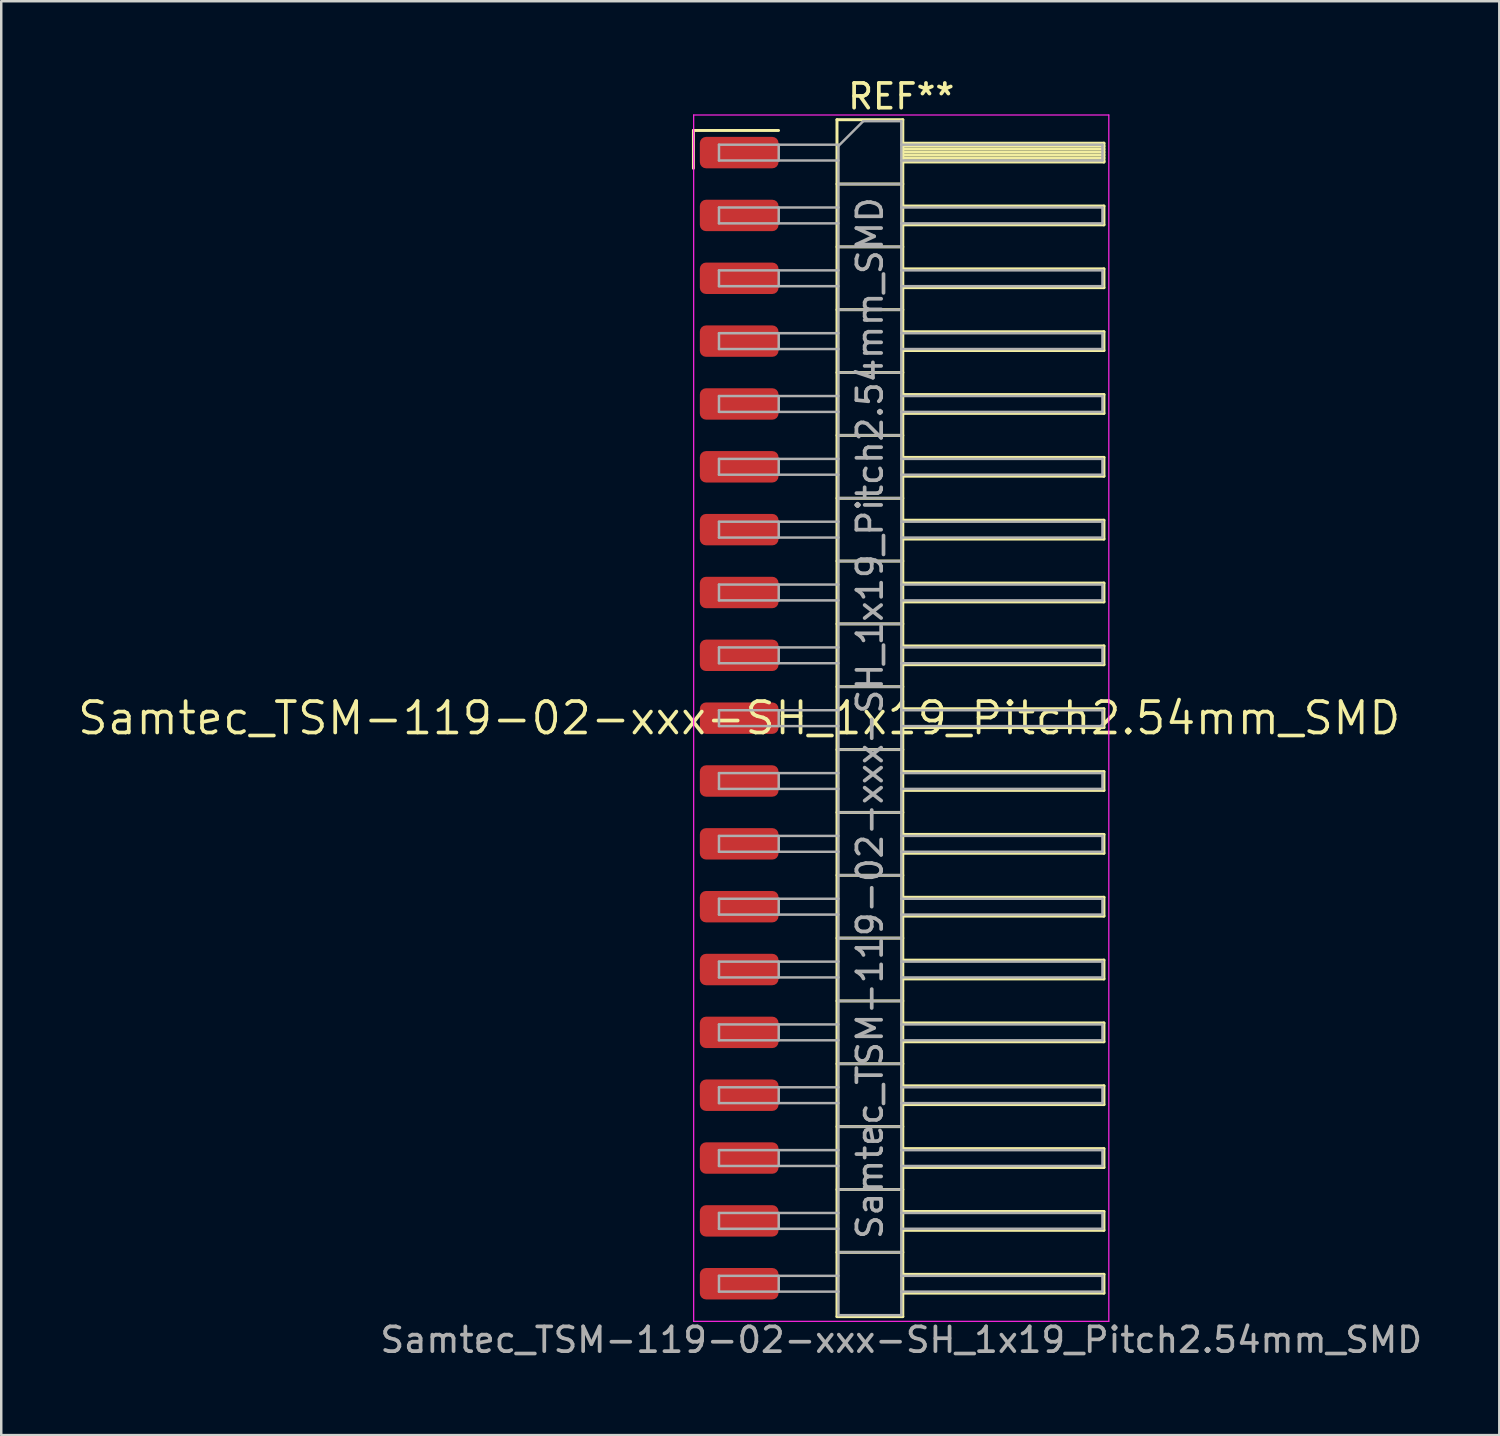
<source format=kicad_pcb>
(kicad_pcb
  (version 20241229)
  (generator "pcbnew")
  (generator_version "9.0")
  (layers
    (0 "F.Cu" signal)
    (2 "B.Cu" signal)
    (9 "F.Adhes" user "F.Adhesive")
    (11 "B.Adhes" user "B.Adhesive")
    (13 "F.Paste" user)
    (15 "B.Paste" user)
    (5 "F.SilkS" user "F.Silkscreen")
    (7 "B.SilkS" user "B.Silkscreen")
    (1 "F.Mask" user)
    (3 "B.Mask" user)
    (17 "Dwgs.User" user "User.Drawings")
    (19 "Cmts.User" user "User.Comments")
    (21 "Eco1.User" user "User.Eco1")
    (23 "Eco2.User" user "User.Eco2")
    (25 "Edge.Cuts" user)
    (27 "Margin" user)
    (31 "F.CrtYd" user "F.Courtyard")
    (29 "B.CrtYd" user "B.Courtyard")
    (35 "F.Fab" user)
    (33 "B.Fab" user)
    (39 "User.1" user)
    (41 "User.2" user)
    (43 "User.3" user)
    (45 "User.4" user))
  (footprint "Samtec_TSM-119-02-xxx-SH_1x19_Pitch2.54mm_SMD"
    (layer "F.Cu")
    (at 26.828 25.978)
    (property "Reference" "Samtec_TSM-119-02-xxx-SH_1x19_Pitch2.54mm_SMD" (at 0 0 0) (layer "F.SilkS") (effects (font (size 1.27 1.27) (thickness 0.15))))
    (attr smd)
    (fp_line (start -1.85 -23.755) (end 1.59 -23.755) (stroke (width 0.12) (type solid)) (layer "F.SilkS"))
    (fp_line (start -1.85 -22.225) (end -1.85 -23.755) (stroke (width 0.12) (type solid)) (layer "F.SilkS"))
    (fp_line (start 3.953 -24.19) (end 6.613 -24.19) (stroke (width 0.12) (type solid)) (layer "F.SilkS"))
    (fp_line (start 3.953 -21.59) (end 6.613 -21.59) (stroke (width 0.12) (type solid)) (layer "F.SilkS"))
    (fp_line (start 3.953 -19.05) (end 6.613 -19.05) (stroke (width 0.12) (type solid)) (layer "F.SilkS"))
    (fp_line (start 3.953 -16.51) (end 6.613 -16.51) (stroke (width 0.12) (type solid)) (layer "F.SilkS"))
    (fp_line (start 3.953 -13.97) (end 6.613 -13.97) (stroke (width 0.12) (type solid)) (layer "F.SilkS"))
    (fp_line (start 3.953 -11.43) (end 6.613 -11.43) (stroke (width 0.12) (type solid)) (layer "F.SilkS"))
    (fp_line (start 3.953 -8.89) (end 6.613 -8.89) (stroke (width 0.12) (type solid)) (layer "F.SilkS"))
    (fp_line (start 3.953 -6.35) (end 6.613 -6.35) (stroke (width 0.12) (type solid)) (layer "F.SilkS"))
    (fp_line (start 3.953 -3.81) (end 6.613 -3.81) (stroke (width 0.12) (type solid)) (layer "F.SilkS"))
    (fp_line (start 3.953 -1.27) (end 6.613 -1.27) (stroke (width 0.12) (type solid)) (layer "F.SilkS"))
    (fp_line (start 3.953 1.27) (end 6.613 1.27) (stroke (width 0.12) (type solid)) (layer "F.SilkS"))
    (fp_line (start 3.953 3.81) (end 6.613 3.81) (stroke (width 0.12) (type solid)) (layer "F.SilkS"))
    (fp_line (start 3.953 6.35) (end 6.613 6.35) (stroke (width 0.12) (type solid)) (layer "F.SilkS"))
    (fp_line (start 3.953 8.89) (end 6.613 8.89) (stroke (width 0.12) (type solid)) (layer "F.SilkS"))
    (fp_line (start 3.953 11.43) (end 6.613 11.43) (stroke (width 0.12) (type solid)) (layer "F.SilkS"))
    (fp_line (start 3.953 13.97) (end 6.613 13.97) (stroke (width 0.12) (type solid)) (layer "F.SilkS"))
    (fp_line (start 3.953 16.51) (end 6.613 16.51) (stroke (width 0.12) (type solid)) (layer "F.SilkS"))
    (fp_line (start 3.953 19.05) (end 6.613 19.05) (stroke (width 0.12) (type solid)) (layer "F.SilkS"))
    (fp_line (start 3.953 21.59) (end 6.613 21.59) (stroke (width 0.12) (type solid)) (layer "F.SilkS"))
    (fp_line (start 3.953 24.19) (end 3.953 -24.19) (stroke (width 0.12) (type solid)) (layer "F.SilkS"))
    (fp_line (start 6.613 -24.19) (end 6.613 24.19) (stroke (width 0.12) (type solid)) (layer "F.SilkS"))
    (fp_line (start 6.613 -23.24) (end 14.743 -23.24) (stroke (width 0.12) (type solid)) (layer "F.SilkS"))
    (fp_line (start 6.613 -23.12) (end 14.743 -23.12) (stroke (width 0.12) (type solid)) (layer "F.SilkS"))
    (fp_line (start 6.613 -23) (end 14.743 -23) (stroke (width 0.12) (type solid)) (layer "F.SilkS"))
    (fp_line (start 6.613 -22.88) (end 14.743 -22.88) (stroke (width 0.12) (type solid)) (layer "F.SilkS"))
    (fp_line (start 6.613 -22.76) (end 14.743 -22.76) (stroke (width 0.12) (type solid)) (layer "F.SilkS"))
    (fp_line (start 6.613 -22.64) (end 14.743 -22.64) (stroke (width 0.12) (type solid)) (layer "F.SilkS"))
    (fp_line (start 6.613 -22.52) (end 14.743 -22.52) (stroke (width 0.12) (type solid)) (layer "F.SilkS"))
    (fp_line (start 6.613 -22.48) (end 14.743 -22.48) (stroke (width 0.12) (type solid)) (layer "F.SilkS"))
    (fp_line (start 6.613 -20.7) (end 14.743 -20.7) (stroke (width 0.12) (type solid)) (layer "F.SilkS"))
    (fp_line (start 6.613 -19.94) (end 14.743 -19.94) (stroke (width 0.12) (type solid)) (layer "F.SilkS"))
    (fp_line (start 6.613 -18.16) (end 14.743 -18.16) (stroke (width 0.12) (type solid)) (layer "F.SilkS"))
    (fp_line (start 6.613 -17.4) (end 14.743 -17.4) (stroke (width 0.12) (type solid)) (layer "F.SilkS"))
    (fp_line (start 6.613 -15.62) (end 14.743 -15.62) (stroke (width 0.12) (type solid)) (layer "F.SilkS"))
    (fp_line (start 6.613 -14.86) (end 14.743 -14.86) (stroke (width 0.12) (type solid)) (layer "F.SilkS"))
    (fp_line (start 6.613 -13.08) (end 14.743 -13.08) (stroke (width 0.12) (type solid)) (layer "F.SilkS"))
    (fp_line (start 6.613 -12.32) (end 14.743 -12.32) (stroke (width 0.12) (type solid)) (layer "F.SilkS"))
    (fp_line (start 6.613 -10.54) (end 14.743 -10.54) (stroke (width 0.12) (type solid)) (layer "F.SilkS"))
    (fp_line (start 6.613 -9.78) (end 14.743 -9.78) (stroke (width 0.12) (type solid)) (layer "F.SilkS"))
    (fp_line (start 6.613 -8) (end 14.743 -8) (stroke (width 0.12) (type solid)) (layer "F.SilkS"))
    (fp_line (start 6.613 -7.24) (end 14.743 -7.24) (stroke (width 0.12) (type solid)) (layer "F.SilkS"))
    (fp_line (start 6.613 -5.46) (end 14.743 -5.46) (stroke (width 0.12) (type solid)) (layer "F.SilkS"))
    (fp_line (start 6.613 -4.7) (end 14.743 -4.7) (stroke (width 0.12) (type solid)) (layer "F.SilkS"))
    (fp_line (start 6.613 -2.92) (end 14.743 -2.92) (stroke (width 0.12) (type solid)) (layer "F.SilkS"))
    (fp_line (start 6.613 -2.16) (end 14.743 -2.16) (stroke (width 0.12) (type solid)) (layer "F.SilkS"))
    (fp_line (start 6.613 -0.38) (end 14.743 -0.38) (stroke (width 0.12) (type solid)) (layer "F.SilkS"))
    (fp_line (start 6.613 0.38) (end 14.743 0.38) (stroke (width 0.12) (type solid)) (layer "F.SilkS"))
    (fp_line (start 6.613 2.16) (end 14.743 2.16) (stroke (width 0.12) (type solid)) (layer "F.SilkS"))
    (fp_line (start 6.613 2.92) (end 14.743 2.92) (stroke (width 0.12) (type solid)) (layer "F.SilkS"))
    (fp_line (start 6.613 4.7) (end 14.743 4.7) (stroke (width 0.12) (type solid)) (layer "F.SilkS"))
    (fp_line (start 6.613 5.46) (end 14.743 5.46) (stroke (width 0.12) (type solid)) (layer "F.SilkS"))
    (fp_line (start 6.613 7.24) (end 14.743 7.24) (stroke (width 0.12) (type solid)) (layer "F.SilkS"))
    (fp_line (start 6.613 8) (end 14.743 8) (stroke (width 0.12) (type solid)) (layer "F.SilkS"))
    (fp_line (start 6.613 9.78) (end 14.743 9.78) (stroke (width 0.12) (type solid)) (layer "F.SilkS"))
    (fp_line (start 6.613 10.54) (end 14.743 10.54) (stroke (width 0.12) (type solid)) (layer "F.SilkS"))
    (fp_line (start 6.613 12.32) (end 14.743 12.32) (stroke (width 0.12) (type solid)) (layer "F.SilkS"))
    (fp_line (start 6.613 13.08) (end 14.743 13.08) (stroke (width 0.12) (type solid)) (layer "F.SilkS"))
    (fp_line (start 6.613 14.86) (end 14.743 14.86) (stroke (width 0.12) (type solid)) (layer "F.SilkS"))
    (fp_line (start 6.613 15.62) (end 14.743 15.62) (stroke (width 0.12) (type solid)) (layer "F.SilkS"))
    (fp_line (start 6.613 17.4) (end 14.743 17.4) (stroke (width 0.12) (type solid)) (layer "F.SilkS"))
    (fp_line (start 6.613 18.16) (end 14.743 18.16) (stroke (width 0.12) (type solid)) (layer "F.SilkS"))
    (fp_line (start 6.613 19.94) (end 14.743 19.94) (stroke (width 0.12) (type solid)) (layer "F.SilkS"))
    (fp_line (start 6.613 20.7) (end 14.743 20.7) (stroke (width 0.12) (type solid)) (layer "F.SilkS"))
    (fp_line (start 6.613 22.48) (end 14.743 22.48) (stroke (width 0.12) (type solid)) (layer "F.SilkS"))
    (fp_line (start 6.613 23.24) (end 14.743 23.24) (stroke (width 0.12) (type solid)) (layer "F.SilkS"))
    (fp_line (start 6.613 24.19) (end 3.953 24.19) (stroke (width 0.12) (type solid)) (layer "F.SilkS"))
    (fp_line (start 14.743 -23.24) (end 14.743 -22.48) (stroke (width 0.12) (type solid)) (layer "F.SilkS"))
    (fp_line (start 14.743 -20.7) (end 14.743 -19.94) (stroke (width 0.12) (type solid)) (layer "F.SilkS"))
    (fp_line (start 14.743 -18.16) (end 14.743 -17.4) (stroke (width 0.12) (type solid)) (layer "F.SilkS"))
    (fp_line (start 14.743 -15.62) (end 14.743 -14.86) (stroke (width 0.12) (type solid)) (layer "F.SilkS"))
    (fp_line (start 14.743 -13.08) (end 14.743 -12.32) (stroke (width 0.12) (type solid)) (layer "F.SilkS"))
    (fp_line (start 14.743 -10.54) (end 14.743 -9.78) (stroke (width 0.12) (type solid)) (layer "F.SilkS"))
    (fp_line (start 14.743 -8) (end 14.743 -7.24) (stroke (width 0.12) (type solid)) (layer "F.SilkS"))
    (fp_line (start 14.743 -5.46) (end 14.743 -4.7) (stroke (width 0.12) (type solid)) (layer "F.SilkS"))
    (fp_line (start 14.743 -2.92) (end 14.743 -2.16) (stroke (width 0.12) (type solid)) (layer "F.SilkS"))
    (fp_line (start 14.743 -0.38) (end 14.743 0.38) (stroke (width 0.12) (type solid)) (layer "F.SilkS"))
    (fp_line (start 14.743 2.16) (end 14.743 2.92) (stroke (width 0.12) (type solid)) (layer "F.SilkS"))
    (fp_line (start 14.743 4.7) (end 14.743 5.46) (stroke (width 0.12) (type solid)) (layer "F.SilkS"))
    (fp_line (start 14.743 7.24) (end 14.743 8) (stroke (width 0.12) (type solid)) (layer "F.SilkS"))
    (fp_line (start 14.743 9.78) (end 14.743 10.54) (stroke (width 0.12) (type solid)) (layer "F.SilkS"))
    (fp_line (start 14.743 12.32) (end 14.743 13.08) (stroke (width 0.12) (type solid)) (layer "F.SilkS"))
    (fp_line (start 14.743 14.86) (end 14.743 15.62) (stroke (width 0.12) (type solid)) (layer "F.SilkS"))
    (fp_line (start 14.743 17.4) (end 14.743 18.16) (stroke (width 0.12) (type solid)) (layer "F.SilkS"))
    (fp_line (start 14.743 19.94) (end 14.743 20.7) (stroke (width 0.12) (type solid)) (layer "F.SilkS"))
    (fp_line (start 14.743 22.48) (end 14.743 23.24) (stroke (width 0.12) (type solid)) (layer "F.SilkS"))
    (fp_line (start -1.84 -24.38) (end 14.94 -24.38) (stroke (width 0.05) (type solid)) (layer "F.CrtYd"))
    (fp_line (start -1.84 24.38) (end -1.84 -24.38) (stroke (width 0.05) (type solid)) (layer "F.CrtYd"))
    (fp_line (start 14.94 -24.38) (end 14.94 24.38) (stroke (width 0.05) (type solid)) (layer "F.CrtYd"))
    (fp_line (start 14.94 24.38) (end -1.84 24.38) (stroke (width 0.05) (type solid)) (layer "F.CrtYd"))
    (fp_line (start -0.817 -23.18) (end -0.817 -22.54) (stroke (width 0.1) (type solid)) (layer "F.Fab"))
    (fp_line (start -0.817 -23.18) (end 4.013 -23.18) (stroke (width 0.1) (type solid)) (layer "F.Fab"))
    (fp_line (start -0.817 -22.54) (end 4.013 -22.54) (stroke (width 0.1) (type solid)) (layer "F.Fab"))
    (fp_line (start -0.817 -20.64) (end -0.817 -20) (stroke (width 0.1) (type solid)) (layer "F.Fab"))
    (fp_line (start -0.817 -20.64) (end 4.013 -20.64) (stroke (width 0.1) (type solid)) (layer "F.Fab"))
    (fp_line (start -0.817 -20) (end 4.013 -20) (stroke (width 0.1) (type solid)) (layer "F.Fab"))
    (fp_line (start -0.817 -18.1) (end -0.817 -17.46) (stroke (width 0.1) (type solid)) (layer "F.Fab"))
    (fp_line (start -0.817 -18.1) (end 4.013 -18.1) (stroke (width 0.1) (type solid)) (layer "F.Fab"))
    (fp_line (start -0.817 -17.46) (end 4.013 -17.46) (stroke (width 0.1) (type solid)) (layer "F.Fab"))
    (fp_line (start -0.817 -15.56) (end -0.817 -14.92) (stroke (width 0.1) (type solid)) (layer "F.Fab"))
    (fp_line (start -0.817 -15.56) (end 4.013 -15.56) (stroke (width 0.1) (type solid)) (layer "F.Fab"))
    (fp_line (start -0.817 -14.92) (end 4.013 -14.92) (stroke (width 0.1) (type solid)) (layer "F.Fab"))
    (fp_line (start -0.817 -13.02) (end -0.817 -12.38) (stroke (width 0.1) (type solid)) (layer "F.Fab"))
    (fp_line (start -0.817 -13.02) (end 4.013 -13.02) (stroke (width 0.1) (type solid)) (layer "F.Fab"))
    (fp_line (start -0.817 -12.38) (end 4.013 -12.38) (stroke (width 0.1) (type solid)) (layer "F.Fab"))
    (fp_line (start -0.817 -10.48) (end -0.817 -9.84) (stroke (width 0.1) (type solid)) (layer "F.Fab"))
    (fp_line (start -0.817 -10.48) (end 4.013 -10.48) (stroke (width 0.1) (type solid)) (layer "F.Fab"))
    (fp_line (start -0.817 -9.84) (end 4.013 -9.84) (stroke (width 0.1) (type solid)) (layer "F.Fab"))
    (fp_line (start -0.817 -7.94) (end -0.817 -7.3) (stroke (width 0.1) (type solid)) (layer "F.Fab"))
    (fp_line (start -0.817 -7.94) (end 4.013 -7.94) (stroke (width 0.1) (type solid)) (layer "F.Fab"))
    (fp_line (start -0.817 -7.3) (end 4.013 -7.3) (stroke (width 0.1) (type solid)) (layer "F.Fab"))
    (fp_line (start -0.817 -5.4) (end -0.817 -4.76) (stroke (width 0.1) (type solid)) (layer "F.Fab"))
    (fp_line (start -0.817 -5.4) (end 4.013 -5.4) (stroke (width 0.1) (type solid)) (layer "F.Fab"))
    (fp_line (start -0.817 -4.76) (end 4.013 -4.76) (stroke (width 0.1) (type solid)) (layer "F.Fab"))
    (fp_line (start -0.817 -2.86) (end -0.817 -2.22) (stroke (width 0.1) (type solid)) (layer "F.Fab"))
    (fp_line (start -0.817 -2.86) (end 4.013 -2.86) (stroke (width 0.1) (type solid)) (layer "F.Fab"))
    (fp_line (start -0.817 -2.22) (end 4.013 -2.22) (stroke (width 0.1) (type solid)) (layer "F.Fab"))
    (fp_line (start -0.817 -0.32) (end -0.817 0.32) (stroke (width 0.1) (type solid)) (layer "F.Fab"))
    (fp_line (start -0.817 -0.32) (end 4.013 -0.32) (stroke (width 0.1) (type solid)) (layer "F.Fab"))
    (fp_line (start -0.817 0.32) (end 4.013 0.32) (stroke (width 0.1) (type solid)) (layer "F.Fab"))
    (fp_line (start -0.817 2.22) (end -0.817 2.86) (stroke (width 0.1) (type solid)) (layer "F.Fab"))
    (fp_line (start -0.817 2.22) (end 4.013 2.22) (stroke (width 0.1) (type solid)) (layer "F.Fab"))
    (fp_line (start -0.817 2.86) (end 4.013 2.86) (stroke (width 0.1) (type solid)) (layer "F.Fab"))
    (fp_line (start -0.817 4.76) (end -0.817 5.4) (stroke (width 0.1) (type solid)) (layer "F.Fab"))
    (fp_line (start -0.817 4.76) (end 4.013 4.76) (stroke (width 0.1) (type solid)) (layer "F.Fab"))
    (fp_line (start -0.817 5.4) (end 4.013 5.4) (stroke (width 0.1) (type solid)) (layer "F.Fab"))
    (fp_line (start -0.817 7.3) (end -0.817 7.94) (stroke (width 0.1) (type solid)) (layer "F.Fab"))
    (fp_line (start -0.817 7.3) (end 4.013 7.3) (stroke (width 0.1) (type solid)) (layer "F.Fab"))
    (fp_line (start -0.817 7.94) (end 4.013 7.94) (stroke (width 0.1) (type solid)) (layer "F.Fab"))
    (fp_line (start -0.817 9.84) (end -0.817 10.48) (stroke (width 0.1) (type solid)) (layer "F.Fab"))
    (fp_line (start -0.817 9.84) (end 4.013 9.84) (stroke (width 0.1) (type solid)) (layer "F.Fab"))
    (fp_line (start -0.817 10.48) (end 4.013 10.48) (stroke (width 0.1) (type solid)) (layer "F.Fab"))
    (fp_line (start -0.817 12.38) (end -0.817 13.02) (stroke (width 0.1) (type solid)) (layer "F.Fab"))
    (fp_line (start -0.817 12.38) (end 4.013 12.38) (stroke (width 0.1) (type solid)) (layer "F.Fab"))
    (fp_line (start -0.817 13.02) (end 4.013 13.02) (stroke (width 0.1) (type solid)) (layer "F.Fab"))
    (fp_line (start -0.817 14.92) (end -0.817 15.56) (stroke (width 0.1) (type solid)) (layer "F.Fab"))
    (fp_line (start -0.817 14.92) (end 4.013 14.92) (stroke (width 0.1) (type solid)) (layer "F.Fab"))
    (fp_line (start -0.817 15.56) (end 4.013 15.56) (stroke (width 0.1) (type solid)) (layer "F.Fab"))
    (fp_line (start -0.817 17.46) (end -0.817 18.1) (stroke (width 0.1) (type solid)) (layer "F.Fab"))
    (fp_line (start -0.817 17.46) (end 4.013 17.46) (stroke (width 0.1) (type solid)) (layer "F.Fab"))
    (fp_line (start -0.817 18.1) (end 4.013 18.1) (stroke (width 0.1) (type solid)) (layer "F.Fab"))
    (fp_line (start -0.817 20) (end -0.817 20.64) (stroke (width 0.1) (type solid)) (layer "F.Fab"))
    (fp_line (start -0.817 20) (end 4.013 20) (stroke (width 0.1) (type solid)) (layer "F.Fab"))
    (fp_line (start -0.817 20.64) (end 4.013 20.64) (stroke (width 0.1) (type solid)) (layer "F.Fab"))
    (fp_line (start -0.817 22.54) (end -0.817 23.18) (stroke (width 0.1) (type solid)) (layer "F.Fab"))
    (fp_line (start -0.817 22.54) (end 4.013 22.54) (stroke (width 0.1) (type solid)) (layer "F.Fab"))
    (fp_line (start -0.817 23.18) (end 4.013 23.18) (stroke (width 0.1) (type solid)) (layer "F.Fab"))
    (fp_line (start 1.598 -23.18) (end 1.598 -22.54) (stroke (width 0.1) (type solid)) (layer "F.Fab"))
    (fp_line (start 1.598 -20.64) (end 1.598 -20) (stroke (width 0.1) (type solid)) (layer "F.Fab"))
    (fp_line (start 1.598 -18.1) (end 1.598 -17.46) (stroke (width 0.1) (type solid)) (layer "F.Fab"))
    (fp_line (start 1.598 -15.56) (end 1.598 -14.92) (stroke (width 0.1) (type solid)) (layer "F.Fab"))
    (fp_line (start 1.598 -13.02) (end 1.598 -12.38) (stroke (width 0.1) (type solid)) (layer "F.Fab"))
    (fp_line (start 1.598 -10.48) (end 1.598 -9.84) (stroke (width 0.1) (type solid)) (layer "F.Fab"))
    (fp_line (start 1.598 -7.94) (end 1.598 -7.3) (stroke (width 0.1) (type solid)) (layer "F.Fab"))
    (fp_line (start 1.598 -5.4) (end 1.598 -4.76) (stroke (width 0.1) (type solid)) (layer "F.Fab"))
    (fp_line (start 1.598 -2.86) (end 1.598 -2.22) (stroke (width 0.1) (type solid)) (layer "F.Fab"))
    (fp_line (start 1.598 -0.32) (end 1.598 0.32) (stroke (width 0.1) (type solid)) (layer "F.Fab"))
    (fp_line (start 1.598 2.22) (end 1.598 2.86) (stroke (width 0.1) (type solid)) (layer "F.Fab"))
    (fp_line (start 1.598 4.76) (end 1.598 5.4) (stroke (width 0.1) (type solid)) (layer "F.Fab"))
    (fp_line (start 1.598 7.3) (end 1.598 7.94) (stroke (width 0.1) (type solid)) (layer "F.Fab"))
    (fp_line (start 1.598 9.84) (end 1.598 10.48) (stroke (width 0.1) (type solid)) (layer "F.Fab"))
    (fp_line (start 1.598 12.38) (end 1.598 13.02) (stroke (width 0.1) (type solid)) (layer "F.Fab"))
    (fp_line (start 1.598 14.92) (end 1.598 15.56) (stroke (width 0.1) (type solid)) (layer "F.Fab"))
    (fp_line (start 1.598 17.46) (end 1.598 18.1) (stroke (width 0.1) (type solid)) (layer "F.Fab"))
    (fp_line (start 1.598 20) (end 1.598 20.64) (stroke (width 0.1) (type solid)) (layer "F.Fab"))
    (fp_line (start 1.598 22.54) (end 1.598 23.18) (stroke (width 0.1) (type solid)) (layer "F.Fab"))
    (fp_line (start 4.013 -23.13) (end 5.013 -24.13) (stroke (width 0.1) (type solid)) (layer "F.Fab"))
    (fp_line (start 4.013 -21.59) (end 6.553 -21.59) (stroke (width 0.1) (type solid)) (layer "F.Fab"))
    (fp_line (start 4.013 -19.05) (end 6.553 -19.05) (stroke (width 0.1) (type solid)) (layer "F.Fab"))
    (fp_line (start 4.013 -16.51) (end 6.553 -16.51) (stroke (width 0.1) (type solid)) (layer "F.Fab"))
    (fp_line (start 4.013 -13.97) (end 6.553 -13.97) (stroke (width 0.1) (type solid)) (layer "F.Fab"))
    (fp_line (start 4.013 -11.43) (end 6.553 -11.43) (stroke (width 0.1) (type solid)) (layer "F.Fab"))
    (fp_line (start 4.013 -8.89) (end 6.553 -8.89) (stroke (width 0.1) (type solid)) (layer "F.Fab"))
    (fp_line (start 4.013 -6.35) (end 6.553 -6.35) (stroke (width 0.1) (type solid)) (layer "F.Fab"))
    (fp_line (start 4.013 -3.81) (end 6.553 -3.81) (stroke (width 0.1) (type solid)) (layer "F.Fab"))
    (fp_line (start 4.013 -1.27) (end 6.553 -1.27) (stroke (width 0.1) (type solid)) (layer "F.Fab"))
    (fp_line (start 4.013 1.27) (end 6.553 1.27) (stroke (width 0.1) (type solid)) (layer "F.Fab"))
    (fp_line (start 4.013 3.81) (end 6.553 3.81) (stroke (width 0.1) (type solid)) (layer "F.Fab"))
    (fp_line (start 4.013 6.35) (end 6.553 6.35) (stroke (width 0.1) (type solid)) (layer "F.Fab"))
    (fp_line (start 4.013 8.89) (end 6.553 8.89) (stroke (width 0.1) (type solid)) (layer "F.Fab"))
    (fp_line (start 4.013 11.43) (end 6.553 11.43) (stroke (width 0.1) (type solid)) (layer "F.Fab"))
    (fp_line (start 4.013 13.97) (end 6.553 13.97) (stroke (width 0.1) (type solid)) (layer "F.Fab"))
    (fp_line (start 4.013 16.51) (end 6.553 16.51) (stroke (width 0.1) (type solid)) (layer "F.Fab"))
    (fp_line (start 4.013 19.05) (end 6.553 19.05) (stroke (width 0.1) (type solid)) (layer "F.Fab"))
    (fp_line (start 4.013 21.59) (end 6.553 21.59) (stroke (width 0.1) (type solid)) (layer "F.Fab"))
    (fp_line (start 4.013 24.13) (end 4.013 -23.13) (stroke (width 0.1) (type solid)) (layer "F.Fab"))
    (fp_line (start 5.013 -24.13) (end 6.553 -24.13) (stroke (width 0.1) (type solid)) (layer "F.Fab"))
    (fp_line (start 6.553 -24.13) (end 6.553 24.13) (stroke (width 0.1) (type solid)) (layer "F.Fab"))
    (fp_line (start 6.553 -23.18) (end 14.683 -23.18) (stroke (width 0.1) (type solid)) (layer "F.Fab"))
    (fp_line (start 6.553 -22.54) (end 14.683 -22.54) (stroke (width 0.1) (type solid)) (layer "F.Fab"))
    (fp_line (start 6.553 -20.64) (end 14.683 -20.64) (stroke (width 0.1) (type solid)) (layer "F.Fab"))
    (fp_line (start 6.553 -20) (end 14.683 -20) (stroke (width 0.1) (type solid)) (layer "F.Fab"))
    (fp_line (start 6.553 -18.1) (end 14.683 -18.1) (stroke (width 0.1) (type solid)) (layer "F.Fab"))
    (fp_line (start 6.553 -17.46) (end 14.683 -17.46) (stroke (width 0.1) (type solid)) (layer "F.Fab"))
    (fp_line (start 6.553 -15.56) (end 14.683 -15.56) (stroke (width 0.1) (type solid)) (layer "F.Fab"))
    (fp_line (start 6.553 -14.92) (end 14.683 -14.92) (stroke (width 0.1) (type solid)) (layer "F.Fab"))
    (fp_line (start 6.553 -13.02) (end 14.683 -13.02) (stroke (width 0.1) (type solid)) (layer "F.Fab"))
    (fp_line (start 6.553 -12.38) (end 14.683 -12.38) (stroke (width 0.1) (type solid)) (layer "F.Fab"))
    (fp_line (start 6.553 -10.48) (end 14.683 -10.48) (stroke (width 0.1) (type solid)) (layer "F.Fab"))
    (fp_line (start 6.553 -9.84) (end 14.683 -9.84) (stroke (width 0.1) (type solid)) (layer "F.Fab"))
    (fp_line (start 6.553 -7.94) (end 14.683 -7.94) (stroke (width 0.1) (type solid)) (layer "F.Fab"))
    (fp_line (start 6.553 -7.3) (end 14.683 -7.3) (stroke (width 0.1) (type solid)) (layer "F.Fab"))
    (fp_line (start 6.553 -5.4) (end 14.683 -5.4) (stroke (width 0.1) (type solid)) (layer "F.Fab"))
    (fp_line (start 6.553 -4.76) (end 14.683 -4.76) (stroke (width 0.1) (type solid)) (layer "F.Fab"))
    (fp_line (start 6.553 -2.86) (end 14.683 -2.86) (stroke (width 0.1) (type solid)) (layer "F.Fab"))
    (fp_line (start 6.553 -2.22) (end 14.683 -2.22) (stroke (width 0.1) (type solid)) (layer "F.Fab"))
    (fp_line (start 6.553 -0.32) (end 14.683 -0.32) (stroke (width 0.1) (type solid)) (layer "F.Fab"))
    (fp_line (start 6.553 0.32) (end 14.683 0.32) (stroke (width 0.1) (type solid)) (layer "F.Fab"))
    (fp_line (start 6.553 2.22) (end 14.683 2.22) (stroke (width 0.1) (type solid)) (layer "F.Fab"))
    (fp_line (start 6.553 2.86) (end 14.683 2.86) (stroke (width 0.1) (type solid)) (layer "F.Fab"))
    (fp_line (start 6.553 4.76) (end 14.683 4.76) (stroke (width 0.1) (type solid)) (layer "F.Fab"))
    (fp_line (start 6.553 5.4) (end 14.683 5.4) (stroke (width 0.1) (type solid)) (layer "F.Fab"))
    (fp_line (start 6.553 7.3) (end 14.683 7.3) (stroke (width 0.1) (type solid)) (layer "F.Fab"))
    (fp_line (start 6.553 7.94) (end 14.683 7.94) (stroke (width 0.1) (type solid)) (layer "F.Fab"))
    (fp_line (start 6.553 9.84) (end 14.683 9.84) (stroke (width 0.1) (type solid)) (layer "F.Fab"))
    (fp_line (start 6.553 10.48) (end 14.683 10.48) (stroke (width 0.1) (type solid)) (layer "F.Fab"))
    (fp_line (start 6.553 12.38) (end 14.683 12.38) (stroke (width 0.1) (type solid)) (layer "F.Fab"))
    (fp_line (start 6.553 13.02) (end 14.683 13.02) (stroke (width 0.1) (type solid)) (layer "F.Fab"))
    (fp_line (start 6.553 14.92) (end 14.683 14.92) (stroke (width 0.1) (type solid)) (layer "F.Fab"))
    (fp_line (start 6.553 15.56) (end 14.683 15.56) (stroke (width 0.1) (type solid)) (layer "F.Fab"))
    (fp_line (start 6.553 17.46) (end 14.683 17.46) (stroke (width 0.1) (type solid)) (layer "F.Fab"))
    (fp_line (start 6.553 18.1) (end 14.683 18.1) (stroke (width 0.1) (type solid)) (layer "F.Fab"))
    (fp_line (start 6.553 20) (end 14.683 20) (stroke (width 0.1) (type solid)) (layer "F.Fab"))
    (fp_line (start 6.553 20.64) (end 14.683 20.64) (stroke (width 0.1) (type solid)) (layer "F.Fab"))
    (fp_line (start 6.553 22.54) (end 14.683 22.54) (stroke (width 0.1) (type solid)) (layer "F.Fab"))
    (fp_line (start 6.553 23.18) (end 14.683 23.18) (stroke (width 0.1) (type solid)) (layer "F.Fab"))
    (fp_line (start 6.553 24.13) (end 4.013 24.13) (stroke (width 0.1) (type solid)) (layer "F.Fab"))
    (fp_line (start 14.683 -23.18) (end 14.683 -22.54) (stroke (width 0.1) (type solid)) (layer "F.Fab"))
    (fp_line (start 14.683 -20.64) (end 14.683 -20) (stroke (width 0.1) (type solid)) (layer "F.Fab"))
    (fp_line (start 14.683 -18.1) (end 14.683 -17.46) (stroke (width 0.1) (type solid)) (layer "F.Fab"))
    (fp_line (start 14.683 -15.56) (end 14.683 -14.92) (stroke (width 0.1) (type solid)) (layer "F.Fab"))
    (fp_line (start 14.683 -13.02) (end 14.683 -12.38) (stroke (width 0.1) (type solid)) (layer "F.Fab"))
    (fp_line (start 14.683 -10.48) (end 14.683 -9.84) (stroke (width 0.1) (type solid)) (layer "F.Fab"))
    (fp_line (start 14.683 -7.94) (end 14.683 -7.3) (stroke (width 0.1) (type solid)) (layer "F.Fab"))
    (fp_line (start 14.683 -5.4) (end 14.683 -4.76) (stroke (width 0.1) (type solid)) (layer "F.Fab"))
    (fp_line (start 14.683 -2.86) (end 14.683 -2.22) (stroke (width 0.1) (type solid)) (layer "F.Fab"))
    (fp_line (start 14.683 -0.32) (end 14.683 0.32) (stroke (width 0.1) (type solid)) (layer "F.Fab"))
    (fp_line (start 14.683 2.22) (end 14.683 2.86) (stroke (width 0.1) (type solid)) (layer "F.Fab"))
    (fp_line (start 14.683 4.76) (end 14.683 5.4) (stroke (width 0.1) (type solid)) (layer "F.Fab"))
    (fp_line (start 14.683 7.3) (end 14.683 7.94) (stroke (width 0.1) (type solid)) (layer "F.Fab"))
    (fp_line (start 14.683 9.84) (end 14.683 10.48) (stroke (width 0.1) (type solid)) (layer "F.Fab"))
    (fp_line (start 14.683 12.38) (end 14.683 13.02) (stroke (width 0.1) (type solid)) (layer "F.Fab"))
    (fp_line (start 14.683 14.92) (end 14.683 15.56) (stroke (width 0.1) (type solid)) (layer "F.Fab"))
    (fp_line (start 14.683 17.46) (end 14.683 18.1) (stroke (width 0.1) (type solid)) (layer "F.Fab"))
    (fp_line (start 14.683 20) (end 14.683 20.64) (stroke (width 0.1) (type solid)) (layer "F.Fab"))
    (fp_line (start 14.683 22.54) (end 14.683 23.18) (stroke (width 0.1) (type solid)) (layer "F.Fab"))
    (fp_text user "REF**" (at 6.55 -25.13 0) (layer "F.SilkS") (effects (font (size 1 1) (thickness 0.15))))
    (fp_text user "Samtec_TSM-119-02-xxx-SH_1x19_Pitch2.54mm_SMD" (at 6.55 25.13 0) (layer "F.Fab") (effects (font (size 1 1) (thickness 0.15))))
    (fp_text user "${REFERENCE}" (at 5.283 0 90) (layer "F.Fab") (effects (font (size 1 1) (thickness 0.15))))
    (pad "1" smd roundrect (at 0 -22.86) (size 3.18 1.27) (layers "F.Cu" "F.Mask" "F.Paste") (roundrect_rratio 0.197))
    (pad "2" smd roundrect (at 0 -20.32) (size 3.18 1.27) (layers "F.Cu" "F.Mask" "F.Paste") (roundrect_rratio 0.197))
    (pad "3" smd roundrect (at 0 -17.78) (size 3.18 1.27) (layers "F.Cu" "F.Mask" "F.Paste") (roundrect_rratio 0.197))
    (pad "4" smd roundrect (at 0 -15.24) (size 3.18 1.27) (layers "F.Cu" "F.Mask" "F.Paste") (roundrect_rratio 0.197))
    (pad "5" smd roundrect (at 0 -12.7) (size 3.18 1.27) (layers "F.Cu" "F.Mask" "F.Paste") (roundrect_rratio 0.197))
    (pad "6" smd roundrect (at 0 -10.16) (size 3.18 1.27) (layers "F.Cu" "F.Mask" "F.Paste") (roundrect_rratio 0.197))
    (pad "7" smd roundrect (at 0 -7.62) (size 3.18 1.27) (layers "F.Cu" "F.Mask" "F.Paste") (roundrect_rratio 0.197))
    (pad "8" smd roundrect (at 0 -5.08) (size 3.18 1.27) (layers "F.Cu" "F.Mask" "F.Paste") (roundrect_rratio 0.197))
    (pad "9" smd roundrect (at 0 -2.54) (size 3.18 1.27) (layers "F.Cu" "F.Mask" "F.Paste") (roundrect_rratio 0.197))
    (pad "10" smd roundrect (at 0 0) (size 3.18 1.27) (layers "F.Cu" "F.Mask" "F.Paste") (roundrect_rratio 0.197))
    (pad "11" smd roundrect (at 0 2.54) (size 3.18 1.27) (layers "F.Cu" "F.Mask" "F.Paste") (roundrect_rratio 0.197))
    (pad "12" smd roundrect (at 0 5.08) (size 3.18 1.27) (layers "F.Cu" "F.Mask" "F.Paste") (roundrect_rratio 0.197))
    (pad "13" smd roundrect (at 0 7.62) (size 3.18 1.27) (layers "F.Cu" "F.Mask" "F.Paste") (roundrect_rratio 0.197))
    (pad "14" smd roundrect (at 0 10.16) (size 3.18 1.27) (layers "F.Cu" "F.Mask" "F.Paste") (roundrect_rratio 0.197))
    (pad "15" smd roundrect (at 0 12.7) (size 3.18 1.27) (layers "F.Cu" "F.Mask" "F.Paste") (roundrect_rratio 0.197))
    (pad "16" smd roundrect (at 0 15.24) (size 3.18 1.27) (layers "F.Cu" "F.Mask" "F.Paste") (roundrect_rratio 0.197))
    (pad "17" smd roundrect (at 0 17.78) (size 3.18 1.27) (layers "F.Cu" "F.Mask" "F.Paste") (roundrect_rratio 0.197))
    (pad "18" smd roundrect (at 0 20.32) (size 3.18 1.27) (layers "F.Cu" "F.Mask" "F.Paste") (roundrect_rratio 0.197))
    (pad "19" smd roundrect (at 0 22.86) (size 3.18 1.27) (layers "F.Cu" "F.Mask" "F.Paste") (roundrect_rratio 0.197)))
  (gr_rect
    (start -3 -3)
    (end 57.551 54.956)
    (stroke (width 0.1) (type default))
    (fill no)
    (layer "Edge.Cuts")))
</source>
